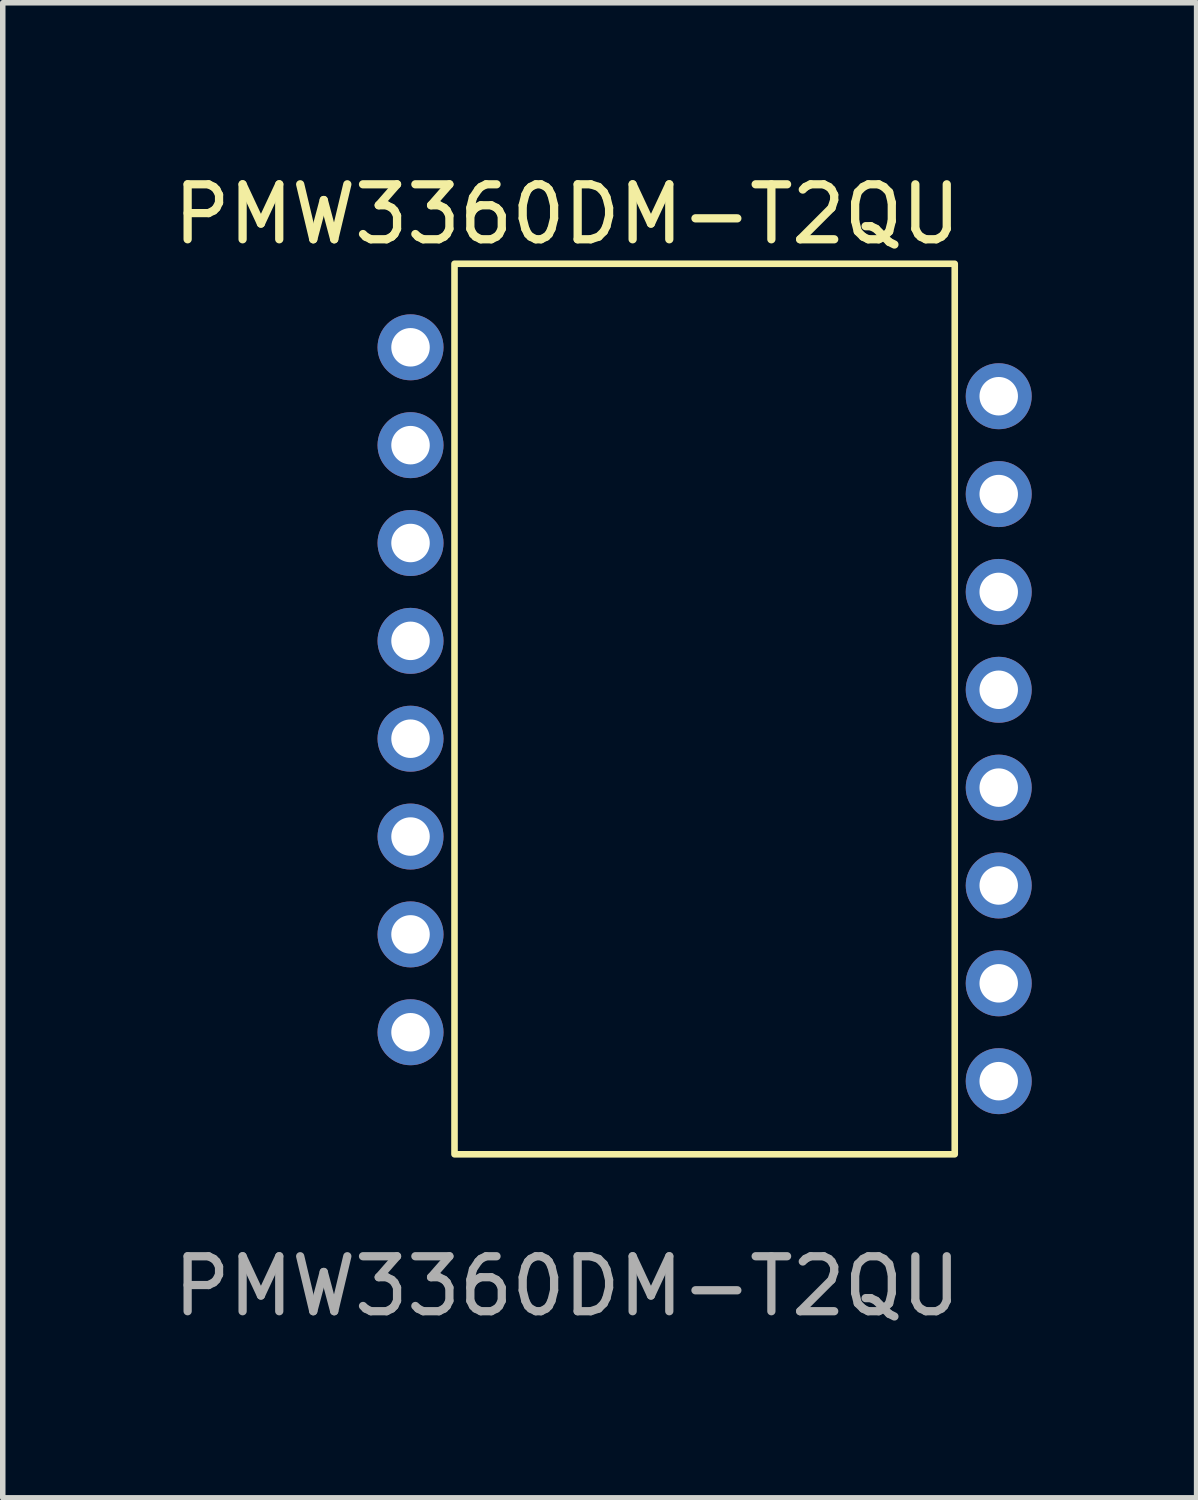
<source format=kicad_pcb>
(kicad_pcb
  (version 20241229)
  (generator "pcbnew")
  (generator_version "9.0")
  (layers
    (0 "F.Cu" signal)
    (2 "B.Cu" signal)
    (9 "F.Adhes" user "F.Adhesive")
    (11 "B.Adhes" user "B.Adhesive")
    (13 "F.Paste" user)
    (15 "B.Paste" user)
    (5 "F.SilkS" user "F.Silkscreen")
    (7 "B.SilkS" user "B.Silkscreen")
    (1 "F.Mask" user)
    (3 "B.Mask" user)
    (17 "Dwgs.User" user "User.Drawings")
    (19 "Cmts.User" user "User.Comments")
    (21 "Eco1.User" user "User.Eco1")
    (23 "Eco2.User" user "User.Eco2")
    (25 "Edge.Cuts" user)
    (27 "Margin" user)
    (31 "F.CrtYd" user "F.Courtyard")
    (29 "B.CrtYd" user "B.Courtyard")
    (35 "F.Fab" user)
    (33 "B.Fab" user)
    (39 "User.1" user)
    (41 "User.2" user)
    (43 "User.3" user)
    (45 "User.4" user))
  (footprint "PMW3360DM-T2QU"
    (layer "F.Cu")
    (at 9.768 9.848)
    (property "Reference" "PMW3360DM-T2QU" (at -2.5 -9 0) (unlocked yes) (layer "F.SilkS") (effects (font (size 1 1) (thickness 0.15))))
    (attr through_hole)
    (fp_rect (start -4.55 -8.1) (end 4.55 8.1) (stroke (width 0.12) (type solid)) (fill no) (layer "F.SilkS"))
    (fp_text user "${REFERENCE}" (at -2.5 10.5 0) (unlocked yes) (layer "F.Fab") (effects (font (size 1 1) (thickness 0.15))))
    (pad "1" thru_hole circle (at -5.35 -6.58) (size 1.2 1.2) (drill 0.7) (layers "*.Cu" "*.Mask"))
    (pad "2" thru_hole circle (at -5.35 -4.8) (size 1.2 1.2) (drill 0.7) (layers "*.Cu" "*.Mask"))
    (pad "3" thru_hole circle (at -5.35 -3.02) (size 1.2 1.2) (drill 0.7) (layers "*.Cu" "*.Mask"))
    (pad "4" thru_hole circle (at -5.35 -1.24) (size 1.2 1.2) (drill 0.7) (layers "*.Cu" "*.Mask"))
    (pad "5" thru_hole circle (at -5.35 0.54) (size 1.2 1.2) (drill 0.7) (layers "*.Cu" "*.Mask"))
    (pad "6" thru_hole circle (at -5.35 2.32) (size 1.2 1.2) (drill 0.7) (layers "*.Cu" "*.Mask"))
    (pad "7" thru_hole circle (at -5.35 4.1) (size 1.2 1.2) (drill 0.7) (layers "*.Cu" "*.Mask"))
    (pad "8" thru_hole circle (at -5.35 5.88) (size 1.2 1.2) (drill 0.7) (layers "*.Cu" "*.Mask"))
    (pad "9" thru_hole circle (at 5.35 6.77) (size 1.2 1.2) (drill 0.7) (layers "*.Cu" "*.Mask"))
    (pad "10" thru_hole circle (at 5.35 4.99) (size 1.2 1.2) (drill 0.7) (layers "*.Cu" "*.Mask"))
    (pad "11" thru_hole circle (at 5.35 3.21) (size 1.2 1.2) (drill 0.7) (layers "*.Cu" "*.Mask"))
    (pad "12" thru_hole circle (at 5.35 1.43) (size 1.2 1.2) (drill 0.7) (layers "*.Cu" "*.Mask"))
    (pad "13" thru_hole circle (at 5.35 -0.35) (size 1.2 1.2) (drill 0.7) (layers "*.Cu" "*.Mask"))
    (pad "14" thru_hole circle (at 5.35 -2.13) (size 1.2 1.2) (drill 0.7) (layers "*.Cu" "*.Mask"))
    (pad "15" thru_hole circle (at 5.35 -3.91) (size 1.2 1.2) (drill 0.7) (layers "*.Cu" "*.Mask"))
    (pad "16" thru_hole circle (at 5.35 -5.69) (size 1.2 1.2) (drill 0.7) (layers "*.Cu" "*.Mask"))
    (zone (net_name "") (layer "F.SilkS") (hatch edge 0.508) (connect_pads) (min_thickness 0.254) (filled_areas_thickness no) (keepout (tracks not_allowed) (vias not_allowed) (pads not_allowed) (copperpour allowed) (footprints allowed)) (placement (enabled no)) (fill) (polygon (pts (xy 14.318 17.948) (xy 5.218 17.948) (xy 5.218 1.748) (xy 14.318 1.748)))))
  (gr_rect
    (start -3 -3)
    (end 18.718 24.197)
    (stroke (width 0.1) (type default))
    (fill no)
    (layer "Edge.Cuts")))
</source>
